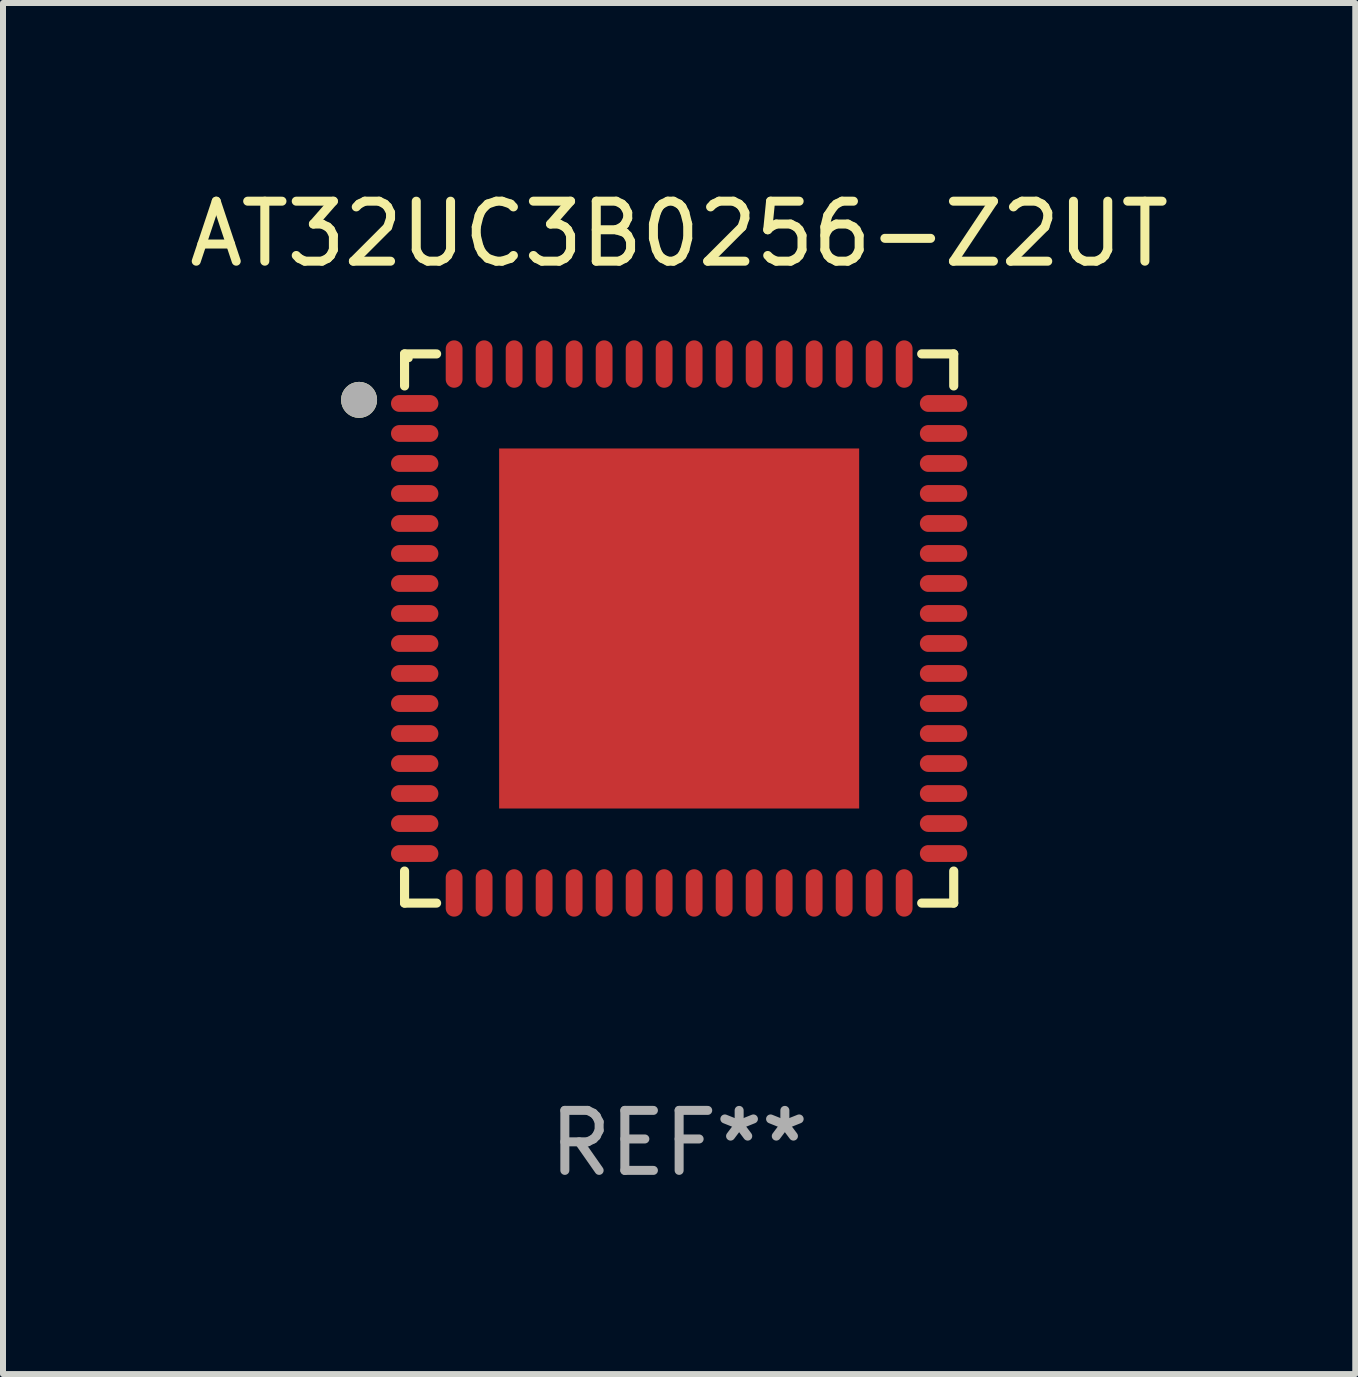
<source format=kicad_pcb>
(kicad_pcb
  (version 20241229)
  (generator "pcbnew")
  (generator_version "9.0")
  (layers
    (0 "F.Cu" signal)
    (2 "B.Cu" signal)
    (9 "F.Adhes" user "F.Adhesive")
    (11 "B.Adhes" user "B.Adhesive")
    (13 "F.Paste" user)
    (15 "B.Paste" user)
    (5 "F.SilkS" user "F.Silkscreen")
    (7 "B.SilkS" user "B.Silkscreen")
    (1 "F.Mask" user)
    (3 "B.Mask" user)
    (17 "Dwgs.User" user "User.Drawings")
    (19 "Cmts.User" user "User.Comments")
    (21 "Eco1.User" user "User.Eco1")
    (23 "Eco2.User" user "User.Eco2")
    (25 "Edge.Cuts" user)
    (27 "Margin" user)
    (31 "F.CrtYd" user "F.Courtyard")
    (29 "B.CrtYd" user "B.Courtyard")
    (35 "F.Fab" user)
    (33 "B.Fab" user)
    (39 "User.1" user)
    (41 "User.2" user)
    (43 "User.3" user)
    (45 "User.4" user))
  (footprint "AT32UC3B0256-Z2UT"
    (layer "F.Cu")
    (at 8.268 7.424)
    (property "Reference" "AT32UC3B0256-Z2UT" (at 0 -6.576 0) (layer "F.SilkS") (effects (font (size 1 1) (thickness 0.15))))
    (attr through_hole)
    (fp_line (start -4.576 -4.576) (end -4.042 -4.576) (stroke (width 0.152) (type solid)) (layer "F.SilkS"))
    (fp_line (start -4.576 -4.042) (end -4.576 -4.576) (stroke (width 0.152) (type solid)) (layer "F.SilkS"))
    (fp_line (start -4.576 4.042) (end -4.576 4.576) (stroke (width 0.152) (type solid)) (layer "F.SilkS"))
    (fp_line (start -4.576 4.576) (end -4.042 4.576) (stroke (width 0.152) (type solid)) (layer "F.SilkS"))
    (fp_line (start 4.576 -4.576) (end 4.042 -4.576) (stroke (width 0.152) (type solid)) (layer "F.SilkS"))
    (fp_line (start 4.576 -4.042) (end 4.576 -4.576) (stroke (width 0.152) (type solid)) (layer "F.SilkS"))
    (fp_line (start 4.576 4.042) (end 4.576 4.576) (stroke (width 0.152) (type solid)) (layer "F.SilkS"))
    (fp_line (start 4.576 4.576) (end 4.042 4.576) (stroke (width 0.152) (type solid)) (layer "F.SilkS"))
    (fp_circle (center -5.334 -3.81) (end -5.184 -3.81) (stroke (width 0.3) (type solid)) (fill no) (layer "F.SilkS"))
    (fp_circle (center -4.5 -4.5) (end -4.47 -4.5) (stroke (width 0.06) (type solid)) (fill no) (layer "F.SilkS"))
    (fp_circle (center -5.334 -3.81) (end -5.184 -3.81) (stroke (width 0.3) (type solid)) (fill no) (layer "F.Fab"))
    (fp_text user "REF**" (at 0 8.576 0) (layer "F.Fab") (effects (font (size 1 1) (thickness 0.15))))
    (pad "1" smd oval (at -4.407 -3.75) (size 0.79 0.28) (layers "F.Cu" "F.Mask" "F.Paste"))
    (pad "2" smd oval (at -4.407 -3.25) (size 0.79 0.28) (layers "F.Cu" "F.Mask" "F.Paste"))
    (pad "3" smd oval (at -4.407 -2.75) (size 0.79 0.28) (layers "F.Cu" "F.Mask" "F.Paste"))
    (pad "4" smd oval (at -4.407 -2.25) (size 0.79 0.28) (layers "F.Cu" "F.Mask" "F.Paste"))
    (pad "5" smd oval (at -4.407 -1.75) (size 0.79 0.28) (layers "F.Cu" "F.Mask" "F.Paste"))
    (pad "6" smd oval (at -4.407 -1.25) (size 0.79 0.28) (layers "F.Cu" "F.Mask" "F.Paste"))
    (pad "7" smd oval (at -4.407 -0.75) (size 0.79 0.28) (layers "F.Cu" "F.Mask" "F.Paste"))
    (pad "8" smd oval (at -4.407 -0.25) (size 0.79 0.28) (layers "F.Cu" "F.Mask" "F.Paste"))
    (pad "9" smd oval (at -4.407 0.25) (size 0.79 0.28) (layers "F.Cu" "F.Mask" "F.Paste"))
    (pad "10" smd oval (at -4.407 0.75) (size 0.79 0.28) (layers "F.Cu" "F.Mask" "F.Paste"))
    (pad "11" smd oval (at -4.407 1.25) (size 0.79 0.28) (layers "F.Cu" "F.Mask" "F.Paste"))
    (pad "12" smd oval (at -4.407 1.75) (size 0.79 0.28) (layers "F.Cu" "F.Mask" "F.Paste"))
    (pad "13" smd oval (at -4.407 2.25) (size 0.79 0.28) (layers "F.Cu" "F.Mask" "F.Paste"))
    (pad "14" smd oval (at -4.407 2.75) (size 0.79 0.28) (layers "F.Cu" "F.Mask" "F.Paste"))
    (pad "15" smd oval (at -4.407 3.25) (size 0.79 0.28) (layers "F.Cu" "F.Mask" "F.Paste"))
    (pad "16" smd oval (at -4.407 3.75) (size 0.79 0.28) (layers "F.Cu" "F.Mask" "F.Paste"))
    (pad "17" smd oval (at -3.75 4.407) (size 0.28 0.79) (layers "F.Cu" "F.Mask" "F.Paste"))
    (pad "18" smd oval (at -3.25 4.407) (size 0.28 0.79) (layers "F.Cu" "F.Mask" "F.Paste"))
    (pad "19" smd oval (at -2.75 4.407) (size 0.28 0.79) (layers "F.Cu" "F.Mask" "F.Paste"))
    (pad "20" smd oval (at -2.25 4.407) (size 0.28 0.79) (layers "F.Cu" "F.Mask" "F.Paste"))
    (pad "21" smd oval (at -1.75 4.407) (size 0.28 0.79) (layers "F.Cu" "F.Mask" "F.Paste"))
    (pad "22" smd oval (at -1.25 4.407) (size 0.28 0.79) (layers "F.Cu" "F.Mask" "F.Paste"))
    (pad "23" smd oval (at -0.75 4.407) (size 0.28 0.79) (layers "F.Cu" "F.Mask" "F.Paste"))
    (pad "24" smd oval (at -0.25 4.407) (size 0.28 0.79) (layers "F.Cu" "F.Mask" "F.Paste"))
    (pad "25" smd oval (at 0.25 4.407) (size 0.28 0.79) (layers "F.Cu" "F.Mask" "F.Paste"))
    (pad "26" smd oval (at 0.75 4.407) (size 0.28 0.79) (layers "F.Cu" "F.Mask" "F.Paste"))
    (pad "27" smd oval (at 1.25 4.407) (size 0.28 0.79) (layers "F.Cu" "F.Mask" "F.Paste"))
    (pad "28" smd oval (at 1.75 4.407) (size 0.28 0.79) (layers "F.Cu" "F.Mask" "F.Paste"))
    (pad "29" smd oval (at 2.25 4.407) (size 0.28 0.79) (layers "F.Cu" "F.Mask" "F.Paste"))
    (pad "30" smd oval (at 2.75 4.407) (size 0.28 0.79) (layers "F.Cu" "F.Mask" "F.Paste"))
    (pad "31" smd oval (at 3.25 4.407) (size 0.28 0.79) (layers "F.Cu" "F.Mask" "F.Paste"))
    (pad "32" smd oval (at 3.75 4.407) (size 0.28 0.79) (layers "F.Cu" "F.Mask" "F.Paste"))
    (pad "33" smd oval (at 4.407 3.75) (size 0.79 0.28) (layers "F.Cu" "F.Mask" "F.Paste"))
    (pad "34" smd oval (at 4.407 3.25) (size 0.79 0.28) (layers "F.Cu" "F.Mask" "F.Paste"))
    (pad "35" smd oval (at 4.407 2.75) (size 0.79 0.28) (layers "F.Cu" "F.Mask" "F.Paste"))
    (pad "36" smd oval (at 4.407 2.25) (size 0.79 0.28) (layers "F.Cu" "F.Mask" "F.Paste"))
    (pad "37" smd oval (at 4.407 1.75) (size 0.79 0.28) (layers "F.Cu" "F.Mask" "F.Paste"))
    (pad "38" smd oval (at 4.407 1.25) (size 0.79 0.28) (layers "F.Cu" "F.Mask" "F.Paste"))
    (pad "39" smd oval (at 4.407 0.75) (size 0.79 0.28) (layers "F.Cu" "F.Mask" "F.Paste"))
    (pad "40" smd oval (at 4.407 0.25) (size 0.79 0.28) (layers "F.Cu" "F.Mask" "F.Paste"))
    (pad "41" smd oval (at 4.407 -0.25) (size 0.79 0.28) (layers "F.Cu" "F.Mask" "F.Paste"))
    (pad "42" smd oval (at 4.407 -0.75) (size 0.79 0.28) (layers "F.Cu" "F.Mask" "F.Paste"))
    (pad "43" smd oval (at 4.407 -1.25) (size 0.79 0.28) (layers "F.Cu" "F.Mask" "F.Paste"))
    (pad "44" smd oval (at 4.407 -1.75) (size 0.79 0.28) (layers "F.Cu" "F.Mask" "F.Paste"))
    (pad "45" smd oval (at 4.407 -2.25) (size 0.79 0.28) (layers "F.Cu" "F.Mask" "F.Paste"))
    (pad "46" smd oval (at 4.407 -2.75) (size 0.79 0.28) (layers "F.Cu" "F.Mask" "F.Paste"))
    (pad "47" smd oval (at 4.407 -3.25) (size 0.79 0.28) (layers "F.Cu" "F.Mask" "F.Paste"))
    (pad "48" smd oval (at 4.407 -3.75) (size 0.79 0.28) (layers "F.Cu" "F.Mask" "F.Paste"))
    (pad "49" smd oval (at 3.75 -4.407) (size 0.28 0.79) (layers "F.Cu" "F.Mask" "F.Paste"))
    (pad "50" smd oval (at 3.25 -4.407) (size 0.28 0.79) (layers "F.Cu" "F.Mask" "F.Paste"))
    (pad "51" smd oval (at 2.75 -4.407) (size 0.28 0.79) (layers "F.Cu" "F.Mask" "F.Paste"))
    (pad "52" smd oval (at 2.25 -4.407) (size 0.28 0.79) (layers "F.Cu" "F.Mask" "F.Paste"))
    (pad "53" smd oval (at 1.75 -4.407) (size 0.28 0.79) (layers "F.Cu" "F.Mask" "F.Paste"))
    (pad "54" smd oval (at 1.25 -4.407) (size 0.28 0.79) (layers "F.Cu" "F.Mask" "F.Paste"))
    (pad "55" smd oval (at 0.75 -4.407) (size 0.28 0.79) (layers "F.Cu" "F.Mask" "F.Paste"))
    (pad "56" smd oval (at 0.25 -4.407) (size 0.28 0.79) (layers "F.Cu" "F.Mask" "F.Paste"))
    (pad "57" smd oval (at -0.25 -4.407) (size 0.28 0.79) (layers "F.Cu" "F.Mask" "F.Paste"))
    (pad "58" smd oval (at -0.75 -4.407) (size 0.28 0.79) (layers "F.Cu" "F.Mask" "F.Paste"))
    (pad "59" smd oval (at -1.25 -4.407) (size 0.28 0.79) (layers "F.Cu" "F.Mask" "F.Paste"))
    (pad "60" smd oval (at -1.75 -4.407) (size 0.28 0.79) (layers "F.Cu" "F.Mask" "F.Paste"))
    (pad "61" smd oval (at -2.25 -4.407) (size 0.28 0.79) (layers "F.Cu" "F.Mask" "F.Paste"))
    (pad "62" smd oval (at -2.75 -4.407) (size 0.28 0.79) (layers "F.Cu" "F.Mask" "F.Paste"))
    (pad "63" smd oval (at -3.25 -4.407) (size 0.28 0.79) (layers "F.Cu" "F.Mask" "F.Paste"))
    (pad "64" smd oval (at -3.75 -4.407) (size 0.28 0.79) (layers "F.Cu" "F.Mask" "F.Paste"))
    (pad "65" smd rect (at 0 0) (size 6 6) (layers "F.Cu" "F.Mask" "F.Paste")))
  (gr_rect
    (start -3 -3)
    (end 19.536 19.849)
    (stroke (width 0.1) (type default))
    (fill no)
    (layer "Edge.Cuts")))
</source>
